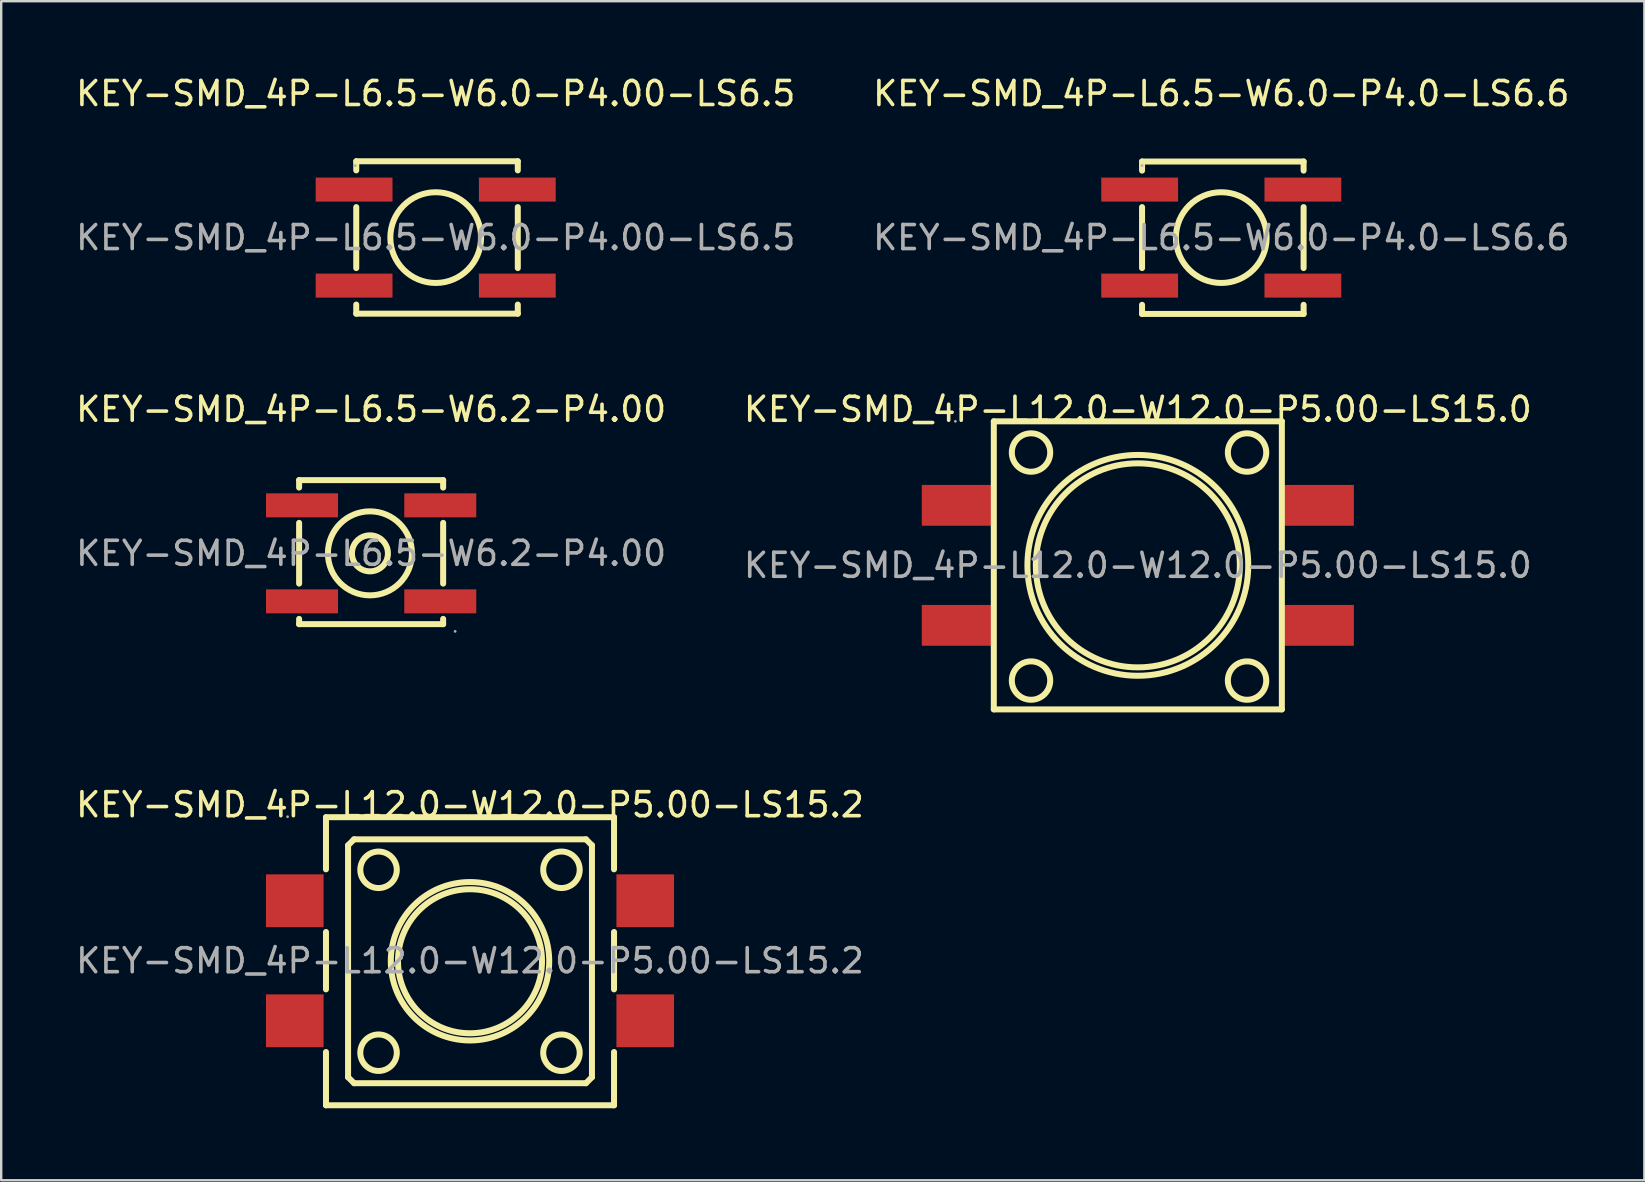
<source format=kicad_pcb>
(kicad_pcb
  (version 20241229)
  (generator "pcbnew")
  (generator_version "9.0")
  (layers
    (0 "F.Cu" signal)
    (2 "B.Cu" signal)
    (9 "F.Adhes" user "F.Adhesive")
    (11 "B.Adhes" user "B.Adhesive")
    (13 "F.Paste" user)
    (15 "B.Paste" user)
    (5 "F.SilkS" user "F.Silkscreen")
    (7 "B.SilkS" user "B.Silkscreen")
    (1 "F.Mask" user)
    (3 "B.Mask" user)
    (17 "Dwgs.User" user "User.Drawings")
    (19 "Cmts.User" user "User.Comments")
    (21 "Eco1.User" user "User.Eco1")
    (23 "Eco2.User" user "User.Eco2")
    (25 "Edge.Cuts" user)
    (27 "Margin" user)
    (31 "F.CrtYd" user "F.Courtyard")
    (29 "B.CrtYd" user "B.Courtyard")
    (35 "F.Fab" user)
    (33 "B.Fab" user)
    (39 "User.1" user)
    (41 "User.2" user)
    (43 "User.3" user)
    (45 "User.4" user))
  (footprint "KEY-SMD_4P-L12.0-W12.0-P5.00-LS15.2"
    (layer "F.Cu")
    (at 16.53 36.975)
    (property "Reference" "KEY-SMD_4P-L12.0-W12.0-P5.00-LS15.2" (at 0 -6.5 0) (layer "F.SilkS") (effects (font (size 1 1) (thickness 0.15))))
    (attr through_hole)
    (fp_line (start -6 -5.98) (end -6 -3.81) (stroke (width 0.25) (type solid)) (layer "F.SilkS"))
    (fp_line (start -6 -5.98) (end 6 -5.98) (stroke (width 0.25) (type solid)) (layer "F.SilkS"))
    (fp_line (start -6 -1.2) (end -6 1.19) (stroke (width 0.25) (type solid)) (layer "F.SilkS"))
    (fp_line (start -6 3.8) (end -6 6.02) (stroke (width 0.25) (type solid)) (layer "F.SilkS"))
    (fp_line (start -5.08 -4.81) (end -4.83 -5.06) (stroke (width 0.25) (type solid)) (layer "F.SilkS"))
    (fp_line (start -5.08 4.85) (end -5.08 -4.81) (stroke (width 0.25) (type solid)) (layer "F.SilkS"))
    (fp_line (start -4.83 -5.06) (end 4.83 -5.06) (stroke (width 0.25) (type solid)) (layer "F.SilkS"))
    (fp_line (start -4.83 5.1) (end -5.08 4.85) (stroke (width 0.25) (type solid)) (layer "F.SilkS"))
    (fp_line (start 4.83 -5.06) (end 5.08 -4.81) (stroke (width 0.25) (type solid)) (layer "F.SilkS"))
    (fp_line (start 4.83 5.1) (end -4.83 5.1) (stroke (width 0.25) (type solid)) (layer "F.SilkS"))
    (fp_line (start 5.08 -4.81) (end 5.08 4.85) (stroke (width 0.25) (type solid)) (layer "F.SilkS"))
    (fp_line (start 5.08 4.85) (end 4.83 5.1) (stroke (width 0.25) (type solid)) (layer "F.SilkS"))
    (fp_line (start 6 -5.98) (end 6 -3.81) (stroke (width 0.25) (type solid)) (layer "F.SilkS"))
    (fp_line (start 6 -1.2) (end 6 1.19) (stroke (width 0.25) (type solid)) (layer "F.SilkS"))
    (fp_line (start 6 3.8) (end 6 6.02) (stroke (width 0.25) (type solid)) (layer "F.SilkS"))
    (fp_line (start 6 6.02) (end -6 6.02) (stroke (width 0.25) (type solid)) (layer "F.SilkS"))
    (fp_circle (center -3.81 -3.79) (end -3.05 -3.79) (stroke (width 0.25) (type solid)) (fill no) (layer "F.SilkS"))
    (fp_circle (center -3.81 3.83) (end -3.05 3.83) (stroke (width 0.25) (type solid)) (fill no) (layer "F.SilkS"))
    (fp_circle (center 0 0.02) (end 3 0.02) (stroke (width 0.25) (type solid)) (fill no) (layer "F.SilkS"))
    (fp_circle (center 0 0.02) (end 3.3 0.02) (stroke (width 0.25) (type solid)) (fill no) (layer "F.SilkS"))
    (fp_circle (center 3.81 -3.79) (end 4.57 -3.79) (stroke (width 0.25) (type solid)) (fill no) (layer "F.SilkS"))
    (fp_circle (center 3.81 3.83) (end 4.57 3.83) (stroke (width 0.25) (type solid)) (fill no) (layer "F.SilkS"))
    (fp_circle (center -7.6 -6) (end -7.57 -6) (stroke (width 0.06) (type solid)) (fill no) (layer "F.Fab"))
    (fp_text user "${REFERENCE}" (at 0 0 0) (layer "F.Fab") (effects (font (size 1 1) (thickness 0.15))))
    (pad "1" smd rect (at -7.3 -2.5) (size 2.4 2.2) (layers "F.Cu" "F.Mask" "F.Paste"))
    (pad "2" smd rect (at 7.3 -2.5) (size 2.4 2.2) (layers "F.Cu" "F.Mask" "F.Paste"))
    (pad "3" smd rect (at -7.3 2.5) (size 2.4 2.2) (layers "F.Cu" "F.Mask" "F.Paste"))
    (pad "4" smd rect (at 7.3 2.5) (size 2.4 2.2) (layers "F.Cu" "F.Mask" "F.Paste")))
  (footprint "KEY-SMD_4P-L12.0-W12.0-P5.00-LS15.0"
    (layer "F.Cu")
    (at 44.351 20.502)
    (property "Reference" "KEY-SMD_4P-L12.0-W12.0-P5.00-LS15.0" (at 0 -6.5 0) (layer "F.SilkS") (effects (font (size 1 1) (thickness 0.15))))
    (attr through_hole)
    (fp_line (start -6 -6) (end 6 -6) (stroke (width 0.25) (type solid)) (layer "F.SilkS"))
    (fp_line (start -6 6) (end -6 -6) (stroke (width 0.25) (type solid)) (layer "F.SilkS"))
    (fp_line (start 6 -6) (end 6 6) (stroke (width 0.25) (type solid)) (layer "F.SilkS"))
    (fp_line (start 6 6) (end -6 6) (stroke (width 0.25) (type solid)) (layer "F.SilkS"))
    (fp_circle (center -4.45 -4.7) (end -3.65 -4.7) (stroke (width 0.25) (type solid)) (fill no) (layer "F.SilkS"))
    (fp_circle (center -4.45 4.8) (end -3.65 4.8) (stroke (width 0.25) (type solid)) (fill no) (layer "F.SilkS"))
    (fp_circle (center 0 0) (end 4.25 0) (stroke (width 0.25) (type solid)) (fill no) (layer "F.SilkS"))
    (fp_circle (center 0 0) (end 4.6 0) (stroke (width 0.25) (type solid)) (fill no) (layer "F.SilkS"))
    (fp_circle (center 4.55 -4.7) (end 5.35 -4.7) (stroke (width 0.25) (type solid)) (fill no) (layer "F.SilkS"))
    (fp_circle (center 4.55 4.8) (end 5.35 4.8) (stroke (width 0.25) (type solid)) (fill no) (layer "F.SilkS"))
    (fp_circle (center -7.6 -6) (end -7.57 -6) (stroke (width 0.06) (type solid)) (fill no) (layer "F.Fab"))
    (fp_text user "${REFERENCE}" (at 0 0 0) (layer "F.Fab") (effects (font (size 1 1) (thickness 0.15))))
    (pad "1" smd rect (at -7.5 -2.5) (size 3 1.7) (layers "F.Cu" "F.Mask" "F.Paste"))
    (pad "2" smd rect (at 7.5 -2.5) (size 3 1.7) (layers "F.Cu" "F.Mask" "F.Paste"))
    (pad "3" smd rect (at -7.5 2.5) (size 3 1.7) (layers "F.Cu" "F.Mask" "F.Paste"))
    (pad "4" smd rect (at 7.5 2.5) (size 3 1.7) (layers "F.Cu" "F.Mask" "F.Paste")))
  (footprint "KEY-SMD_4P-L6.5-W6.0-P4.0-LS6.6"
    (layer "F.Cu")
    (at 47.827 6.848)
    (property "Reference" "KEY-SMD_4P-L6.5-W6.0-P4.0-LS6.6" (at 0 -6 0) (layer "F.SilkS") (effects (font (size 1 1) (thickness 0.15))))
    (attr through_hole)
    (fp_line (start -3.3 -3.17) (end 3.43 -3.17) (stroke (width 0.25) (type solid)) (layer "F.SilkS"))
    (fp_line (start -3.3 -2.79) (end -3.3 -3.17) (stroke (width 0.25) (type solid)) (layer "F.SilkS"))
    (fp_line (start -3.3 -1.27) (end -3.3 1.27) (stroke (width 0.25) (type solid)) (layer "F.SilkS"))
    (fp_line (start -3.3 2.8) (end -3.3 3.18) (stroke (width 0.25) (type solid)) (layer "F.SilkS"))
    (fp_line (start -3.3 3.18) (end 3.43 3.18) (stroke (width 0.25) (type solid)) (layer "F.SilkS"))
    (fp_line (start 3.43 -3.17) (end 3.43 -2.79) (stroke (width 0.25) (type solid)) (layer "F.SilkS"))
    (fp_line (start 3.43 -1.27) (end 3.43 1.27) (stroke (width 0.25) (type solid)) (layer "F.SilkS"))
    (fp_line (start 3.43 3.18) (end 3.43 2.8) (stroke (width 0.25) (type solid)) (layer "F.SilkS"))
    (fp_circle (center 0 0) (end 1.89 0) (stroke (width 0.25) (type solid)) (fill no) (layer "F.SilkS"))
    (fp_circle (center -3.3 -3) (end -3.27 -3) (stroke (width 0.06) (type solid)) (fill no) (layer "F.Fab"))
    (fp_text user "${REFERENCE}" (at 0 0 0) (layer "F.Fab") (effects (font (size 1 1) (thickness 0.15))))
    (pad "1" smd rect (at -3.4 -2) (size 3.2 1) (layers "F.Cu" "F.Mask" "F.Paste"))
    (pad "2" smd rect (at 3.4 -2) (size 3.2 1) (layers "F.Cu" "F.Mask" "F.Paste"))
    (pad "3" smd rect (at -3.4 2) (size 3.2 1) (layers "F.Cu" "F.Mask" "F.Paste"))
    (pad "4" smd rect (at 3.4 2) (size 3.2 1) (layers "F.Cu" "F.Mask" "F.Paste")))
  (footprint "KEY-SMD_4P-L6.5-W6.2-P4.00"
    (layer "F.Cu")
    (at 12.411 20.002)
    (property "Reference" "KEY-SMD_4P-L6.5-W6.2-P4.00" (at 0 -6 0) (layer "F.SilkS") (effects (font (size 1 1) (thickness 0.15))))
    (attr through_hole)
    (fp_line (start -3 -3.05) (end 3 -3.05) (stroke (width 0.25) (type solid)) (layer "F.SilkS"))
    (fp_line (start -3 -2.74) (end -3 -3.05) (stroke (width 0.25) (type solid)) (layer "F.SilkS"))
    (fp_line (start -3 1.26) (end -3 -1.27) (stroke (width 0.25) (type solid)) (layer "F.SilkS"))
    (fp_line (start -3 2.95) (end -3 2.73) (stroke (width 0.25) (type solid)) (layer "F.SilkS"))
    (fp_line (start 3 -3.05) (end 3 -2.74) (stroke (width 0.25) (type solid)) (layer "F.SilkS"))
    (fp_line (start 3 -1.27) (end 3 1.26) (stroke (width 0.25) (type solid)) (layer "F.SilkS"))
    (fp_line (start 3 2.73) (end 3 2.95) (stroke (width 0.25) (type solid)) (layer "F.SilkS"))
    (fp_line (start 3 2.95) (end -3 2.95) (stroke (width 0.25) (type solid)) (layer "F.SilkS"))
    (fp_circle (center -0.05 0) (end 0.7 0) (stroke (width 0.25) (type solid)) (fill no) (layer "F.SilkS"))
    (fp_circle (center -0.05 0) (end 1.7 0) (stroke (width 0.25) (type solid)) (fill no) (layer "F.SilkS"))
    (fp_circle (center 3.5 3.25) (end 3.53 3.25) (stroke (width 0.06) (type solid)) (fill no) (layer "F.Fab"))
    (fp_text user "${REFERENCE}" (at 0 0 0) (layer "F.Fab") (effects (font (size 1 1) (thickness 0.15))))
    (pad "1" smd rect (at 2.88 2) (size 3 1) (layers "F.Cu" "F.Mask" "F.Paste"))
    (pad "2" smd rect (at -2.88 2) (size 3 1) (layers "F.Cu" "F.Mask" "F.Paste"))
    (pad "3" smd rect (at 2.88 -2) (size 3 1) (layers "F.Cu" "F.Mask" "F.Paste"))
    (pad "4" smd rect (at -2.88 -2) (size 3 1) (layers "F.Cu" "F.Mask" "F.Paste")))
  (footprint "KEY-SMD_4P-L6.5-W6.0-P4.00-LS6.5"
    (layer "F.Cu")
    (at 15.101 6.848)
    (property "Reference" "KEY-SMD_4P-L6.5-W6.0-P4.00-LS6.5" (at 0 -6 0) (layer "F.SilkS") (effects (font (size 1 1) (thickness 0.15))))
    (attr through_hole)
    (fp_line (start -3.31 -3.18) (end 3.42 -3.18) (stroke (width 0.25) (type solid)) (layer "F.SilkS"))
    (fp_line (start -3.31 -2.8) (end -3.31 -3.18) (stroke (width 0.25) (type solid)) (layer "F.SilkS"))
    (fp_line (start -3.31 -1.27) (end -3.31 1.27) (stroke (width 0.25) (type solid)) (layer "F.SilkS"))
    (fp_line (start -3.31 2.79) (end -3.31 3.17) (stroke (width 0.25) (type solid)) (layer "F.SilkS"))
    (fp_line (start -3.31 3.17) (end 3.42 3.17) (stroke (width 0.25) (type solid)) (layer "F.SilkS"))
    (fp_line (start 3.42 -3.18) (end 3.42 -2.8) (stroke (width 0.25) (type solid)) (layer "F.SilkS"))
    (fp_line (start 3.42 -1.27) (end 3.42 1.27) (stroke (width 0.25) (type solid)) (layer "F.SilkS"))
    (fp_line (start 3.42 3.17) (end 3.42 2.79) (stroke (width 0.25) (type solid)) (layer "F.SilkS"))
    (fp_circle (center 0 0) (end 1.89 0) (stroke (width 0.25) (type solid)) (fill no) (layer "F.SilkS"))
    (fp_circle (center -3.35 -3) (end -3.32 -3) (stroke (width 0.06) (type solid)) (fill no) (layer "F.Fab"))
    (fp_text user "${REFERENCE}" (at 0 0 0) (layer "F.Fab") (effects (font (size 1 1) (thickness 0.15))))
    (pad "1" smd rect (at -3.4 -2) (size 3.2 1) (layers "F.Cu" "F.Mask" "F.Paste"))
    (pad "2" smd rect (at 3.4 -2) (size 3.2 1) (layers "F.Cu" "F.Mask" "F.Paste"))
    (pad "3" smd rect (at -3.4 2) (size 3.2 1) (layers "F.Cu" "F.Mask" "F.Paste"))
    (pad "4" smd rect (at 3.4 2) (size 3.2 1) (layers "F.Cu" "F.Mask" "F.Paste")))
  (gr_rect
    (start -3 -3)
    (end 65.452 46.12)
    (stroke (width 0.1) (type default))
    (fill no)
    (layer "Edge.Cuts")))
</source>
